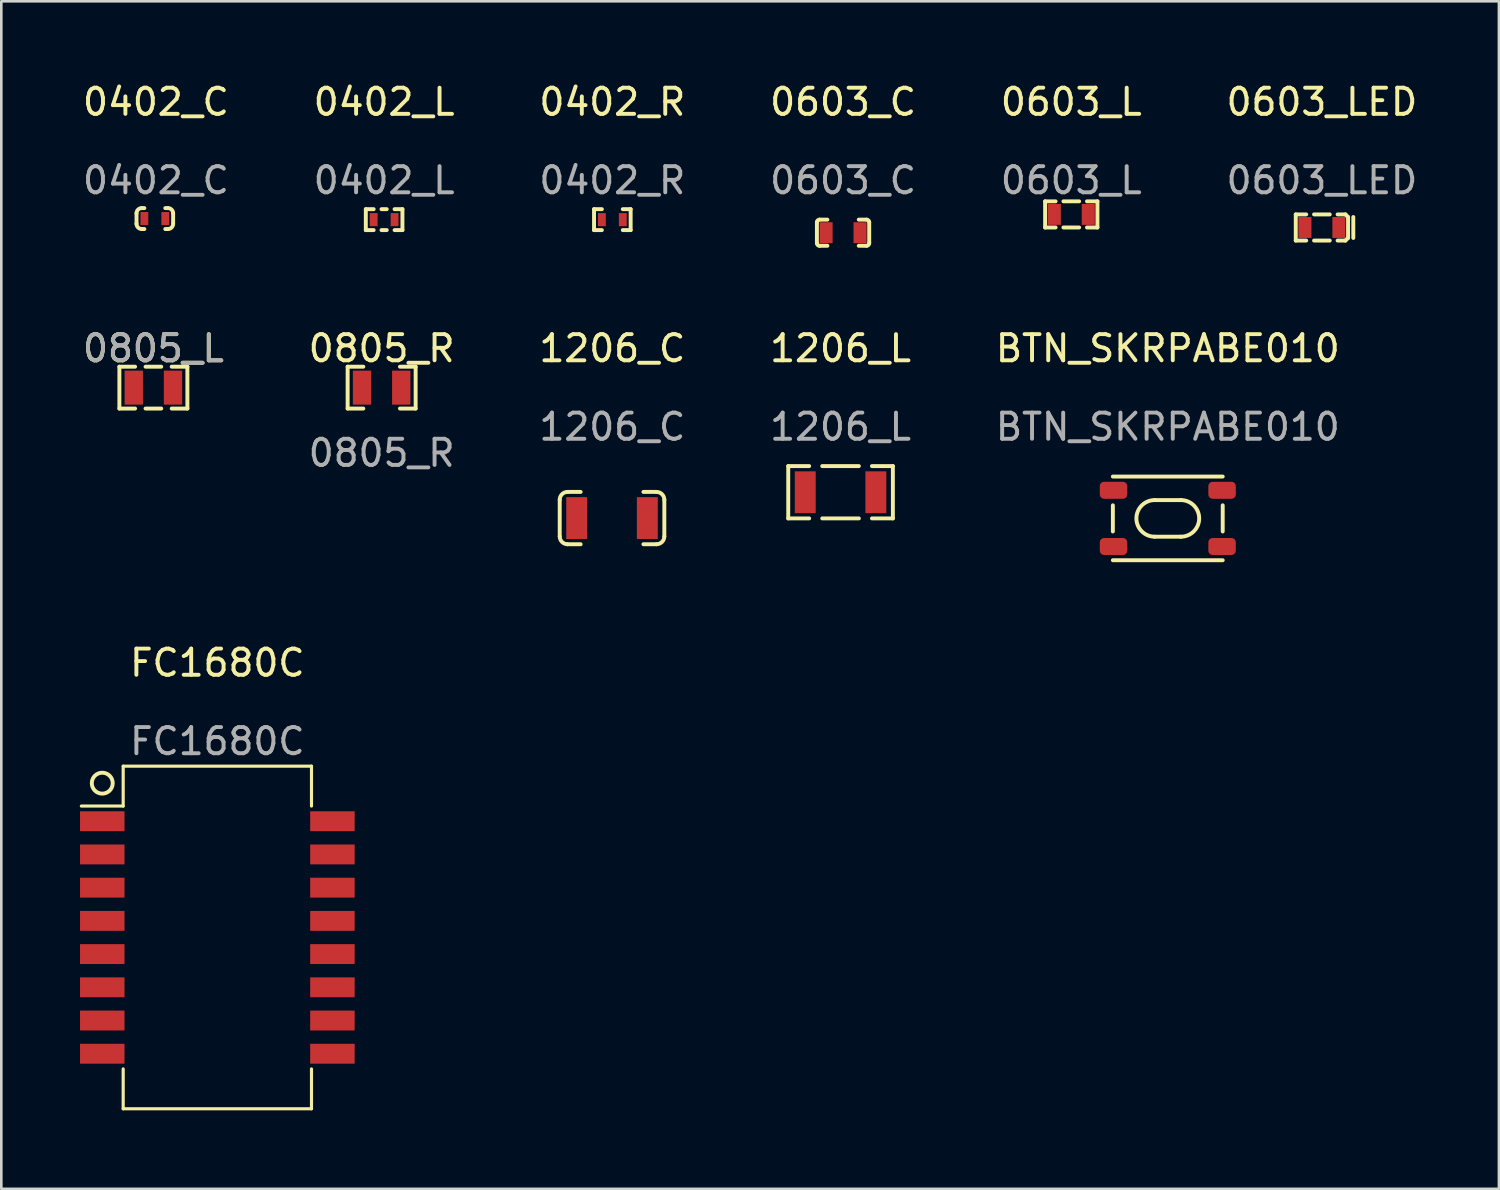
<source format=kicad_pcb>
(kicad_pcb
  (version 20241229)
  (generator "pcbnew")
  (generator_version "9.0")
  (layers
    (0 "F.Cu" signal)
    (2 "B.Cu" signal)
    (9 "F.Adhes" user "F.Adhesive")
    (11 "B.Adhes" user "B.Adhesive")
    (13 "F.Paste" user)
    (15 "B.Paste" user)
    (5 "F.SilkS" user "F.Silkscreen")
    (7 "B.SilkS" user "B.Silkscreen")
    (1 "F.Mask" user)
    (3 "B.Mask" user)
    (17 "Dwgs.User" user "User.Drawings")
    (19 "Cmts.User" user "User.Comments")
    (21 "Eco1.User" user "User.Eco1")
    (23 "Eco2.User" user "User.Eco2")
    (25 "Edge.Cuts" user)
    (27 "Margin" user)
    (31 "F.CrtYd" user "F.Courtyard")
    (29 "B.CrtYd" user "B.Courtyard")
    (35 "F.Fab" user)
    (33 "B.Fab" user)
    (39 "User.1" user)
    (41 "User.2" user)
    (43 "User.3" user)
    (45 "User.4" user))
  (footprint "0402_L"
    (layer "F.Cu")
    (at 11.637 1.348)
    (property "Reference" "0402_L" (at 0 -0.5 0) (unlocked yes) (layer "F.SilkS") (effects (font (size 1 1) (thickness 0.15))))
    (attr smd)
    (fp_line (start -0.7 3.6) (end -0.4 3.6) (stroke (width 0.15) (type solid)) (layer "F.SilkS"))
    (fp_line (start -0.7 4.4) (end -0.7 3.6) (stroke (width 0.15) (type solid)) (layer "F.SilkS"))
    (fp_line (start -0.7 4.4) (end -0.4 4.4) (stroke (width 0.15) (type solid)) (layer "F.SilkS"))
    (fp_line (start -0.1 3.6) (end 0.1 3.6) (stroke (width 0.15) (type solid)) (layer "F.SilkS"))
    (fp_line (start -0.1 4.4) (end 0.1 4.4) (stroke (width 0.15) (type solid)) (layer "F.SilkS"))
    (fp_line (start 0.4 3.6) (end 0.7 3.6) (stroke (width 0.15) (type solid)) (layer "F.SilkS"))
    (fp_line (start 0.4 4.4) (end 0.7 4.4) (stroke (width 0.15) (type solid)) (layer "F.SilkS"))
    (fp_line (start 0.7 4.4) (end 0.7 3.6) (stroke (width 0.15) (type solid)) (layer "F.SilkS"))
    (fp_text user "${REFERENCE}" (at 0 2.5 0) (unlocked yes) (layer "F.Fab") (effects (font (size 1 1) (thickness 0.15))))
    (pad "1" smd rect (at -0.4 4) (size 0.3 0.5) (layers "F.Cu" "F.Mask" "F.Paste"))
    (pad "2" smd rect (at 0.4 4) (size 0.3 0.5) (layers "F.Cu" "F.Mask" "F.Paste")))
  (footprint "0805_L"
    (layer "F.Cu")
    (at 2.815 11.771)
    (property "Reference" "0805_L" (at 0 -1.5 0) (unlocked yes) (layer "F.SilkS") (effects (font (size 1 1) (thickness 0.15))))
    (attr smd)
    (fp_line (start -1.3 -0.8) (end -0.7 -0.8) (stroke (width 0.15) (type solid)) (layer "F.SilkS"))
    (fp_line (start -1.3 0.8) (end -1.3 -0.8) (stroke (width 0.15) (type solid)) (layer "F.SilkS"))
    (fp_line (start -1.3 0.8) (end -0.7 0.8) (stroke (width 0.15) (type solid)) (layer "F.SilkS"))
    (fp_line (start -0.3 -0.8) (end 0.3 -0.8) (stroke (width 0.15) (type solid)) (layer "F.SilkS"))
    (fp_line (start -0.3 0.8) (end 0.3 0.8) (stroke (width 0.15) (type solid)) (layer "F.SilkS"))
    (fp_line (start 0.7 -0.8) (end 1.3 -0.8) (stroke (width 0.15) (type solid)) (layer "F.SilkS"))
    (fp_line (start 0.7 0.8) (end 1.3 0.8) (stroke (width 0.15) (type solid)) (layer "F.SilkS"))
    (fp_line (start 1.3 0.8) (end 1.3 -0.8) (stroke (width 0.15) (type solid)) (layer "F.SilkS"))
    (fp_text user "${REFERENCE}" (at 0 -1.5 0) (unlocked yes) (layer "F.Fab") (effects (font (size 1 1) (thickness 0.15))))
    (pad "1" smd rect (at -0.75 0) (size 0.7 1.3) (layers "F.Cu" "F.Mask" "F.Paste"))
    (pad "2" smd rect (at 0.75 0) (size 0.7 1.3) (layers "F.Cu" "F.Mask" "F.Paste")))
  (footprint "BTN_SKRPABE010"
    (layer "F.Cu")
    (at 41.601 10.771)
    (property "Reference" "BTN_SKRPABE010" (at 0 -0.5 0) (unlocked yes) (layer "F.SilkS") (effects (font (size 1 1) (thickness 0.15))))
    (attr smd)
    (fp_line (start -2.1 4.4) (end 2.1 4.4) (stroke (width 0.15) (type solid)) (layer "F.SilkS"))
    (fp_line (start -2.1 6.5) (end -2.1 5.5) (stroke (width 0.15) (type solid)) (layer "F.SilkS"))
    (fp_line (start -2.1 7.6) (end 2.1 7.6) (stroke (width 0.15) (type solid)) (layer "F.SilkS"))
    (fp_line (start -0.5 5.3) (end 0.5 5.3) (stroke (width 0.15) (type solid)) (layer "F.SilkS"))
    (fp_line (start -0.5 6.7) (end 0.5 6.7) (stroke (width 0.15) (type solid)) (layer "F.SilkS"))
    (fp_line (start 2.1 6.5) (end 2.1 5.5) (stroke (width 0.15) (type solid)) (layer "F.SilkS"))
    (fp_arc (start -0.5 6.7) (mid -1.2 6) (end -0.5 5.3) (stroke (width 0.15) (type solid)) (layer "F.SilkS"))
    (fp_arc (start 0.499998 5.3) (mid 1.199998 6) (end 0.499998 6.7) (stroke (width 0.15) (type solid)) (layer "F.SilkS"))
    (fp_text user "${REFERENCE}" (at 0 2.5 0) (unlocked yes) (layer "F.Fab") (effects (font (size 1 1) (thickness 0.15))))
    (pad "1" smd roundrect (at -2.075 4.925) (size 1.05 0.65) (layers "F.Cu" "F.Mask" "F.Paste") (roundrect_rratio 0.25))
    (pad "2" smd roundrect (at -2.075 7.075) (size 1.05 0.65) (layers "F.Cu" "F.Mask" "F.Paste") (roundrect_rratio 0.25))
    (pad "3" smd roundrect (at 2.075 7.075) (size 1.05 0.65) (layers "F.Cu" "F.Mask" "F.Paste") (roundrect_rratio 0.25))
    (pad "4" smd roundrect (at 2.075 4.925) (size 1.05 0.65) (layers "F.Cu" "F.Mask" "F.Paste") (roundrect_rratio 0.25)))
  (footprint "0402_C"
    (layer "F.Cu")
    (at 2.911 1.348)
    (property "Reference" "0402_C" (at 0 -0.5 0) (unlocked yes) (layer "F.SilkS") (effects (font (size 1 1) (thickness 0.15))))
    (attr smd)
    (fp_line (start -0.741 4.159) (end -0.741 3.759) (stroke (width 0.15) (type solid)) (layer "F.SilkS"))
    (fp_line (start -0.541 3.559) (end -0.441 3.559) (stroke (width 0.15) (type solid)) (layer "F.SilkS"))
    (fp_line (start -0.541 4.359) (end -0.441 4.359) (stroke (width 0.15) (type solid)) (layer "F.SilkS"))
    (fp_line (start 0.359 3.559) (end 0.459 3.559) (stroke (width 0.15) (type solid)) (layer "F.SilkS"))
    (fp_line (start 0.359 4.359) (end 0.459 4.359) (stroke (width 0.15) (type solid)) (layer "F.SilkS"))
    (fp_line (start 0.659 4.159) (end 0.659 3.759) (stroke (width 0.15) (type solid)) (layer "F.SilkS"))
    (fp_arc (start -0.741425 3.758579) (mid -0.682846 3.617158) (end -0.541425 3.558579) (stroke (width 0.15) (type solid)) (layer "F.SilkS"))
    (fp_arc (start -0.541425 4.358579) (mid -0.682846 4.3) (end -0.741425 4.158579) (stroke (width 0.15) (type solid)) (layer "F.SilkS"))
    (fp_arc (start 0.458579 3.558579) (mid 0.6 3.617158) (end 0.658579 3.758579) (stroke (width 0.15) (type solid)) (layer "F.SilkS"))
    (fp_arc (start 0.658579 4.158579) (mid 0.6 4.3) (end 0.458579 4.358579) (stroke (width 0.15) (type solid)) (layer "F.SilkS"))
    (fp_text user "${REFERENCE}" (at 0 2.5 0) (unlocked yes) (layer "F.Fab") (effects (font (size 1 1) (thickness 0.15))))
    (pad "1" smd rect (at -0.441 3.959) (size 0.3 0.5) (layers "F.Cu" "F.Mask" "F.Paste"))
    (pad "2" smd rect (at 0.359 3.959) (size 0.3 0.5) (layers "F.Cu" "F.Mask" "F.Paste")))
  (footprint "0402_R"
    (layer "F.Cu")
    (at 20.363 1.348)
    (property "Reference" "0402_R" (at 0 -0.5 0) (unlocked yes) (layer "F.SilkS") (effects (font (size 1 1) (thickness 0.15))))
    (attr smd)
    (fp_line (start -0.7 3.6) (end -0.4 3.6) (stroke (width 0.15) (type solid)) (layer "F.SilkS"))
    (fp_line (start -0.7 4.4) (end -0.7 3.6) (stroke (width 0.15) (type solid)) (layer "F.SilkS"))
    (fp_line (start -0.7 4.4) (end -0.4 4.4) (stroke (width 0.15) (type solid)) (layer "F.SilkS"))
    (fp_line (start 0.4 3.6) (end 0.7 3.6) (stroke (width 0.15) (type solid)) (layer "F.SilkS"))
    (fp_line (start 0.4 4.4) (end 0.7 4.4) (stroke (width 0.15) (type solid)) (layer "F.SilkS"))
    (fp_line (start 0.7 4.4) (end 0.7 3.6) (stroke (width 0.15) (type solid)) (layer "F.SilkS"))
    (fp_text user "${REFERENCE}" (at 0 2.5 0) (unlocked yes) (layer "F.Fab") (effects (font (size 1 1) (thickness 0.15))))
    (pad "1" smd rect (at -0.4 4) (size 0.3 0.5) (layers "F.Cu" "F.Mask" "F.Paste"))
    (pad "2" smd rect (at 0.4 4) (size 0.3 0.5) (layers "F.Cu" "F.Mask" "F.Paste")))
  (footprint "1206_L"
    (layer "F.Cu")
    (at 29.089 10.771)
    (property "Reference" "1206_L" (at 0 -0.5 0) (unlocked yes) (layer "F.SilkS") (effects (font (size 1 1) (thickness 0.15))))
    (attr smd)
    (fp_line (start -2 4) (end -1.2 4) (stroke (width 0.15) (type solid)) (layer "F.SilkS"))
    (fp_line (start -2 6) (end -2 4) (stroke (width 0.15) (type solid)) (layer "F.SilkS"))
    (fp_line (start -2 6) (end -1.2 6) (stroke (width 0.15) (type solid)) (layer "F.SilkS"))
    (fp_line (start -0.7 4) (end 0.7 4) (stroke (width 0.15) (type solid)) (layer "F.SilkS"))
    (fp_line (start -0.7 6) (end 0.7 6) (stroke (width 0.15) (type solid)) (layer "F.SilkS"))
    (fp_line (start 1.2 4) (end 2 4) (stroke (width 0.15) (type solid)) (layer "F.SilkS"))
    (fp_line (start 1.2 6) (end 2 6) (stroke (width 0.15) (type solid)) (layer "F.SilkS"))
    (fp_line (start 2 6) (end 2 4) (stroke (width 0.15) (type solid)) (layer "F.SilkS"))
    (fp_text user "${REFERENCE}" (at 0 2.5 0) (unlocked yes) (layer "F.Fab") (effects (font (size 1 1) (thickness 0.15))))
    (pad "1" smd rect (at -1.35 5) (size 0.8 1.6) (layers "F.Cu" "F.Mask" "F.Paste"))
    (pad "2" smd rect (at 1.35 5) (size 0.8 1.6) (layers "F.Cu" "F.Mask" "F.Paste")))
  (footprint "0805_R"
    (layer "F.Cu")
    (at 11.542 11.771)
    (property "Reference" "0805_R" (at 0 -1.5 0) (unlocked yes) (layer "F.SilkS") (effects (font (size 1 1) (thickness 0.15))))
    (attr smd)
    (fp_line (start -1.3 -0.8) (end -0.7 -0.8) (stroke (width 0.15) (type solid)) (layer "F.SilkS"))
    (fp_line (start -1.3 0.8) (end -1.3 -0.8) (stroke (width 0.15) (type solid)) (layer "F.SilkS"))
    (fp_line (start -1.3 0.8) (end -0.7 0.8) (stroke (width 0.15) (type solid)) (layer "F.SilkS"))
    (fp_line (start 0.7 -0.8) (end 1.3 -0.8) (stroke (width 0.15) (type solid)) (layer "F.SilkS"))
    (fp_line (start 0.7 0.8) (end 1.3 0.8) (stroke (width 0.15) (type solid)) (layer "F.SilkS"))
    (fp_line (start 1.3 0.8) (end 1.3 -0.8) (stroke (width 0.15) (type solid)) (layer "F.SilkS"))
    (fp_text user "${REFERENCE}" (at 0 2.5 0) (unlocked yes) (layer "F.Fab") (effects (font (size 1 1) (thickness 0.15))))
    (pad "1" smd rect (at -0.75 0) (size 0.7 1.3) (layers "F.Cu" "F.Mask" "F.Paste"))
    (pad "2" smd rect (at 0.75 0) (size 0.7 1.3) (layers "F.Cu" "F.Mask" "F.Paste")))
  (footprint "0603_L"
    (layer "F.Cu")
    (at 37.911 5.148)
    (property "Reference" "0603_L" (at 0 -4.3 0) (unlocked yes) (layer "F.SilkS") (effects (font (size 1 1) (thickness 0.15))))
    (attr smd)
    (fp_line (start -1 0.5) (end -1 -0.5) (stroke (width 0.15) (type solid)) (layer "F.SilkS"))
    (fp_line (start -0.6 -0.5) (end -1 -0.5) (stroke (width 0.15) (type solid)) (layer "F.SilkS"))
    (fp_line (start -0.6 0.5) (end -1 0.5) (stroke (width 0.15) (type solid)) (layer "F.SilkS"))
    (fp_line (start -0.3 -0.5) (end 0.3 -0.5) (stroke (width 0.15) (type solid)) (layer "F.SilkS"))
    (fp_line (start -0.3 0.5) (end 0.3 0.5) (stroke (width 0.15) (type solid)) (layer "F.SilkS"))
    (fp_line (start 0.6 -0.5) (end 1 -0.5) (stroke (width 0.15) (type solid)) (layer "F.SilkS"))
    (fp_line (start 0.6 0.5) (end 1 0.5) (stroke (width 0.15) (type solid)) (layer "F.SilkS"))
    (fp_line (start 1 -0.5) (end 1 0.5) (stroke (width 0.15) (type solid)) (layer "F.SilkS"))
    (fp_text user "${REFERENCE}" (at 0 -1.3 0) (unlocked yes) (layer "F.Fab") (effects (font (size 1 1) (thickness 0.15))))
    (pad "1" smd rect (at -0.65 0 90) (size 0.8 0.5) (layers "F.Cu" "F.Mask" "F.Paste"))
    (pad "2" smd rect (at 0.65 0 90) (size 0.8 0.5) (layers "F.Cu" "F.Mask" "F.Paste")))
  (footprint "1206_C"
    (layer "F.Cu")
    (at 20.363 10.771)
    (property "Reference" "1206_C" (at 0 -0.5 0) (unlocked yes) (layer "F.SilkS") (effects (font (size 1 1) (thickness 0.15))))
    (attr smd)
    (fp_line (start -2.012 6.688) (end -2.012 5.288) (stroke (width 0.15) (type solid)) (layer "F.SilkS"))
    (fp_line (start -1.712 4.988) (end -1.212 4.988) (stroke (width 0.15) (type solid)) (layer "F.SilkS"))
    (fp_line (start -1.712 6.988) (end -1.212 6.988) (stroke (width 0.15) (type solid)) (layer "F.SilkS"))
    (fp_line (start 1.188 4.988) (end 1.688 4.988) (stroke (width 0.15) (type solid)) (layer "F.SilkS"))
    (fp_line (start 1.188 6.988) (end 1.688 6.988) (stroke (width 0.15) (type solid)) (layer "F.SilkS"))
    (fp_line (start 1.988 6.688) (end 1.988 5.288) (stroke (width 0.15) (type solid)) (layer "F.SilkS"))
    (fp_arc (start -2.012136 5.287868) (mid -1.924268 5.075736) (end -1.712136 4.987868) (stroke (width 0.15) (type solid)) (layer "F.SilkS"))
    (fp_arc (start -1.712136 6.987868) (mid -1.924268 6.9) (end -2.012136 6.687868) (stroke (width 0.15) (type solid)) (layer "F.SilkS"))
    (fp_arc (start 1.687868 4.987868) (mid 1.9 5.075736) (end 1.987868 5.287868) (stroke (width 0.15) (type solid)) (layer "F.SilkS"))
    (fp_arc (start 1.987868 6.687868) (mid 1.9 6.9) (end 1.687868 6.987868) (stroke (width 0.15) (type solid)) (layer "F.SilkS"))
    (fp_text user "${REFERENCE}" (at 0 2.5 0) (unlocked yes) (layer "F.Fab") (effects (font (size 1 1) (thickness 0.15))))
    (pad "1" smd rect (at -1.362 5.988) (size 0.8 1.6) (layers "F.Cu" "F.Mask" "F.Paste"))
    (pad "2" smd rect (at 1.338 5.988) (size 0.8 1.6) (layers "F.Cu" "F.Mask" "F.Paste")))
  (footprint "0603_LED"
    (layer "F.Cu")
    (at 47.494 5.648)
    (property "Reference" "0603_LED" (at 0 -4.8 0) (unlocked yes) (layer "F.SilkS") (effects (font (size 1 1) (thickness 0.15))))
    (attr smd)
    (fp_line (start -1 0.5) (end -1 -0.5) (stroke (width 0.15) (type solid)) (layer "F.SilkS"))
    (fp_line (start -0.6 -0.5) (end -1 -0.5) (stroke (width 0.15) (type solid)) (layer "F.SilkS"))
    (fp_line (start -0.6 0.5) (end -1 0.5) (stroke (width 0.15) (type solid)) (layer "F.SilkS"))
    (fp_line (start -0.3 -0.5) (end 0.3 -0.5) (stroke (width 0.15) (type solid)) (layer "F.SilkS"))
    (fp_line (start -0.3 0.5) (end 0.3 0.5) (stroke (width 0.15) (type solid)) (layer "F.SilkS"))
    (fp_line (start 0.6 -0.5) (end 0.9 -0.5) (stroke (width 0.15) (type solid)) (layer "F.SilkS"))
    (fp_line (start 0.6 0.5) (end 0.9 0.5) (stroke (width 0.15) (type solid)) (layer "F.SilkS"))
    (fp_line (start 0.9 -0.5) (end 1 -0.4) (stroke (width 0.15) (type solid)) (layer "F.SilkS"))
    (fp_line (start 1 -0.4) (end 1 0.4) (stroke (width 0.15) (type solid)) (layer "F.SilkS"))
    (fp_line (start 1 0.4) (end 0.9 0.5) (stroke (width 0.15) (type solid)) (layer "F.SilkS"))
    (fp_line (start 1.2 -0.4) (end 1.2 0.4) (stroke (width 0.15) (type solid)) (layer "F.SilkS"))
    (fp_text user "${REFERENCE}" (at 0 -1.8 0) (unlocked yes) (layer "F.Fab") (effects (font (size 1 1) (thickness 0.15))))
    (pad "1" smd rect (at -0.65 0 90) (size 0.8 0.5) (layers "F.Cu" "F.Mask" "F.Paste"))
    (pad "2" smd rect (at 0.65 0 90) (size 0.8 0.5) (layers "F.Cu" "F.Mask" "F.Paste")))
  (footprint "FC1680C"
    (layer "F.Cu")
    (at 5.26 22.795)
    (property "Reference" "FC1680C" (at 0 -0.5 0) (unlocked yes) (layer "F.SilkS") (effects (font (size 1 1) (thickness 0.15))))
    (attr smd)
    (fp_line (start -5.2 4.975) (end -3.6 4.975) (stroke (width 0.12) (type solid)) (layer "F.SilkS"))
    (fp_line (start -3.6 3.45) (end 3.6 3.45) (stroke (width 0.12) (type solid)) (layer "F.SilkS"))
    (fp_line (start -3.6 4.975) (end -3.6 3.45) (stroke (width 0.12) (type solid)) (layer "F.SilkS"))
    (fp_line (start -3.6 15.025) (end -3.6 16.55) (stroke (width 0.12) (type solid)) (layer "F.SilkS"))
    (fp_line (start -3.6 16.55) (end 3.6 16.55) (stroke (width 0.12) (type solid)) (layer "F.SilkS"))
    (fp_line (start 3.6 3.45) (end 3.6 4.975) (stroke (width 0.12) (type solid)) (layer "F.SilkS"))
    (fp_line (start 3.6 16.55) (end 3.6 15.025) (stroke (width 0.12) (type solid)) (layer "F.SilkS"))
    (fp_circle (center -4.4 4.1) (end -4 4.1) (stroke (width 0.15) (type solid)) (fill no) (layer "F.SilkS"))
    (fp_text user "${REFERENCE}" (at 0 2.5 0) (unlocked yes) (layer "F.Fab") (effects (font (size 1 1) (thickness 0.15))))
    (pad "1" smd rect (at -4.4 5.555) (size 1.7 0.76) (layers "F.Cu" "F.Mask" "F.Paste"))
    (pad "2" smd rect (at -4.4 6.825) (size 1.7 0.76) (layers "F.Cu" "F.Mask" "F.Paste"))
    (pad "3" smd rect (at -4.4 8.095) (size 1.7 0.76) (layers "F.Cu" "F.Mask" "F.Paste"))
    (pad "4" smd rect (at -4.4 9.365) (size 1.7 0.76) (layers "F.Cu" "F.Mask" "F.Paste"))
    (pad "5" smd rect (at -4.4 10.635) (size 1.7 0.76) (layers "F.Cu" "F.Mask" "F.Paste"))
    (pad "6" smd rect (at -4.4 11.905) (size 1.7 0.76) (layers "F.Cu" "F.Mask" "F.Paste"))
    (pad "7" smd rect (at -4.4 13.175) (size 1.7 0.76) (layers "F.Cu" "F.Mask" "F.Paste"))
    (pad "8" smd rect (at -4.4 14.445) (size 1.7 0.76) (layers "F.Cu" "F.Mask" "F.Paste"))
    (pad "9" smd rect (at 4.4 14.445) (size 1.7 0.76) (layers "F.Cu" "F.Mask" "F.Paste"))
    (pad "10" smd rect (at 4.4 13.175) (size 1.7 0.76) (layers "F.Cu" "F.Mask" "F.Paste"))
    (pad "11" smd rect (at 4.4 11.905) (size 1.7 0.76) (layers "F.Cu" "F.Mask" "F.Paste"))
    (pad "12" smd rect (at 4.4 10.635) (size 1.7 0.76) (layers "F.Cu" "F.Mask" "F.Paste"))
    (pad "13" smd rect (at 4.4 9.365) (size 1.7 0.76) (layers "F.Cu" "F.Mask" "F.Paste"))
    (pad "14" smd rect (at 4.4 8.095) (size 1.7 0.76) (layers "F.Cu" "F.Mask" "F.Paste"))
    (pad "15" smd rect (at 4.4 6.825) (size 1.7 0.76) (layers "F.Cu" "F.Mask" "F.Paste"))
    (pad "16" smd rect (at 4.4 5.555) (size 1.7 0.76) (layers "F.Cu" "F.Mask" "F.Paste")))
  (footprint "0603_C"
    (layer "F.Cu")
    (at 29.185 5.848)
    (property "Reference" "0603_C" (at 0 -5 0) (unlocked yes) (layer "F.SilkS") (effects (font (size 1 1) (thickness 0.15))))
    (attr smd)
    (fp_line (start -1 0.4) (end -1 -0.4) (stroke (width 0.15) (type solid)) (layer "F.SilkS"))
    (fp_line (start -0.6 -0.5) (end -0.9 -0.5) (stroke (width 0.15) (type solid)) (layer "F.SilkS"))
    (fp_line (start -0.6 0.5) (end -0.9 0.5) (stroke (width 0.15) (type solid)) (layer "F.SilkS"))
    (fp_line (start 0.6 -0.5) (end 0.9 -0.5) (stroke (width 0.15) (type solid)) (layer "F.SilkS"))
    (fp_line (start 0.6 0.5) (end 0.9 0.5) (stroke (width 0.15) (type solid)) (layer "F.SilkS"))
    (fp_line (start 1 -0.4) (end 1 0.4) (stroke (width 0.15) (type solid)) (layer "F.SilkS"))
    (fp_arc (start -1 -0.4) (mid -0.970711 -0.470711) (end -0.9 -0.5) (stroke (width 0.15) (type solid)) (layer "F.SilkS"))
    (fp_arc (start -0.9 0.5) (mid -0.970711 0.470711) (end -1 0.4) (stroke (width 0.15) (type solid)) (layer "F.SilkS"))
    (fp_arc (start 0.9 -0.5) (mid 0.970711 -0.470711) (end 1 -0.4) (stroke (width 0.15) (type solid)) (layer "F.SilkS"))
    (fp_arc (start 1 0.4) (mid 0.970711 0.470711) (end 0.9 0.5) (stroke (width 0.15) (type solid)) (layer "F.SilkS"))
    (fp_text user "${REFERENCE}" (at 0 -2 0) (unlocked yes) (layer "F.Fab") (effects (font (size 1 1) (thickness 0.15))))
    (pad "1" smd rect (at -0.65 0 90) (size 0.8 0.5) (layers "F.Cu" "F.Mask" "F.Paste"))
    (pad "2" smd rect (at 0.65 0 90) (size 0.8 0.5) (layers "F.Cu" "F.Mask" "F.Paste")))
  (gr_rect
    (start -3 -3)
    (end 54.262 42.405)
    (stroke (width 0.1) (type default))
    (fill no)
    (layer "Edge.Cuts")))
</source>
